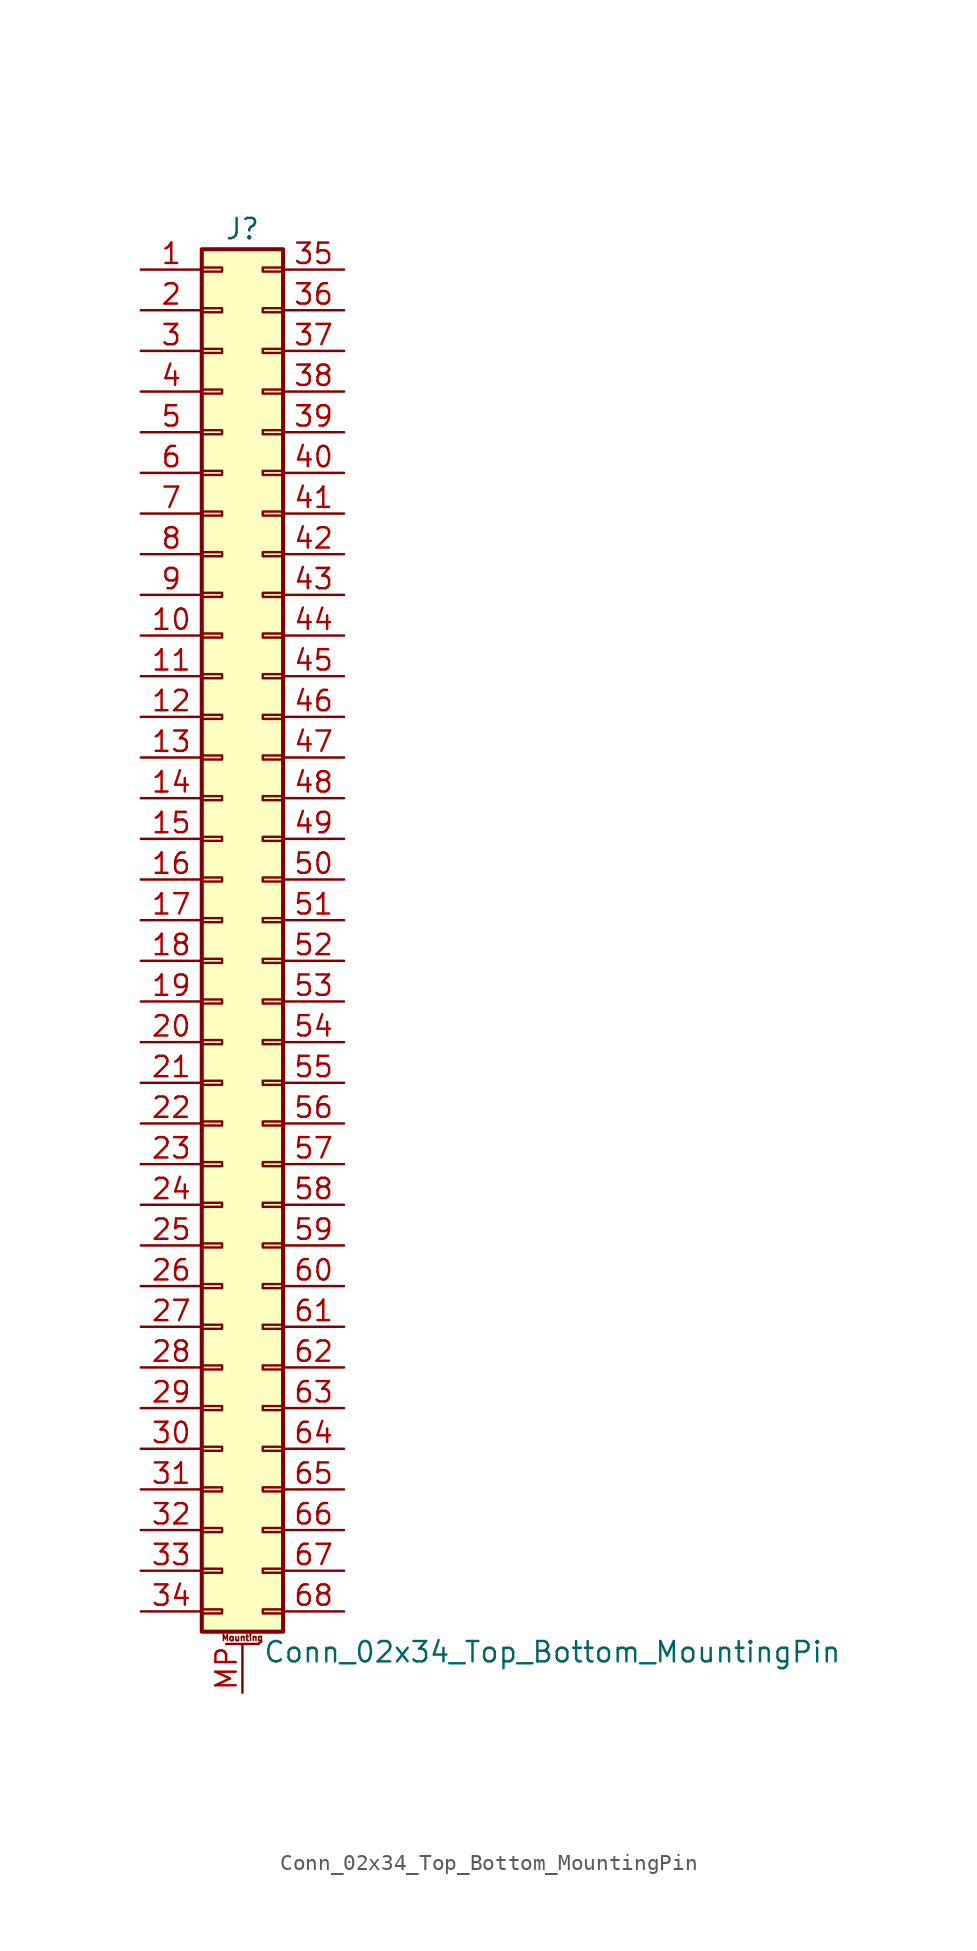
<source format=kicad_sym>
(kicad_symbol_lib
  (version 20201005)
  (generator kicad_symbol_editor)
  (symbol "Conn_02x34_Top_Bottom_MountingPin"
    (pin_names
      (offset 1.016) hide)
    (property "Reference" "J"
      (at 1.27 43.18 0)
      (effects (font (size 1.27 1.27))))
    (property "Value" "Conn_02x34_Top_Bottom_MountingPin"
      (at 2.54 -45.72 0)
      (effects (font (size 1.27 1.27)) (justify left)))
    (symbol "Conn_02x34_Top_Bottom_MountingPin_1_1"
      (text "Mounting" (at 1.27 -44.831 0) (effects (font (size 0.381 0.381))))
      (rectangle (start -1.27 -43.053) (end 0 -43.307) (stroke (width 0.152)) (fill (type none)))
      (rectangle (start -1.27 -40.513) (end 0 -40.767) (stroke (width 0.152)) (fill (type none)))
      (rectangle (start -1.27 -37.973) (end 0 -38.227) (stroke (width 0.152)) (fill (type none)))
      (rectangle (start -1.27 -35.433) (end 0 -35.687) (stroke (width 0.152)) (fill (type none)))
      (rectangle (start -1.27 -32.893) (end 0 -33.147) (stroke (width 0.152)) (fill (type none)))
      (rectangle (start -1.27 -30.353) (end 0 -30.607) (stroke (width 0.152)) (fill (type none)))
      (rectangle (start -1.27 -27.813) (end 0 -28.067) (stroke (width 0.152)) (fill (type none)))
      (rectangle (start -1.27 -25.273) (end 0 -25.527) (stroke (width 0.152)) (fill (type none)))
      (rectangle (start -1.27 -22.733) (end 0 -22.987) (stroke (width 0.152)) (fill (type none)))
      (rectangle (start -1.27 -20.193) (end 0 -20.447) (stroke (width 0.152)) (fill (type none)))
      (rectangle (start -1.27 -17.653) (end 0 -17.907) (stroke (width 0.152)) (fill (type none)))
      (rectangle (start -1.27 -15.113) (end 0 -15.367) (stroke (width 0.152)) (fill (type none)))
      (rectangle (start -1.27 -12.573) (end 0 -12.827) (stroke (width 0.152)) (fill (type none)))
      (rectangle (start -1.27 -10.033) (end 0 -10.287) (stroke (width 0.152)) (fill (type none)))
      (rectangle (start -1.27 -7.493) (end 0 -7.747) (stroke (width 0.152)) (fill (type none)))
      (rectangle (start -1.27 -4.953) (end 0 -5.207) (stroke (width 0.152)) (fill (type none)))
      (rectangle (start -1.27 -2.413) (end 0 -2.667) (stroke (width 0.152)) (fill (type none)))
      (rectangle (start -1.27 0.127) (end 0 -0.127) (stroke (width 0.152)) (fill (type none)))
      (rectangle (start -1.27 2.667) (end 0 2.413) (stroke (width 0.152)) (fill (type none)))
      (rectangle (start -1.27 5.207) (end 0 4.953) (stroke (width 0.152)) (fill (type none)))
      (rectangle (start -1.27 7.747) (end 0 7.493) (stroke (width 0.152)) (fill (type none)))
      (rectangle (start -1.27 10.287) (end 0 10.033) (stroke (width 0.152)) (fill (type none)))
      (rectangle (start -1.27 12.827) (end 0 12.573) (stroke (width 0.152)) (fill (type none)))
      (rectangle (start -1.27 15.367) (end 0 15.113) (stroke (width 0.152)) (fill (type none)))
      (rectangle (start -1.27 17.907) (end 0 17.653) (stroke (width 0.152)) (fill (type none)))
      (rectangle (start -1.27 20.447) (end 0 20.193) (stroke (width 0.152)) (fill (type none)))
      (rectangle (start -1.27 22.987) (end 0 22.733) (stroke (width 0.152)) (fill (type none)))
      (rectangle (start -1.27 25.527) (end 0 25.273) (stroke (width 0.152)) (fill (type none)))
      (rectangle (start -1.27 28.067) (end 0 27.813) (stroke (width 0.152)) (fill (type none)))
      (rectangle (start -1.27 30.607) (end 0 30.353) (stroke (width 0.152)) (fill (type none)))
      (rectangle (start -1.27 33.147) (end 0 32.893) (stroke (width 0.152)) (fill (type none)))
      (rectangle (start -1.27 35.687) (end 0 35.433) (stroke (width 0.152)) (fill (type none)))
      (rectangle (start -1.27 38.227) (end 0 37.973) (stroke (width 0.152)) (fill (type none)))
      (rectangle (start -1.27 40.767) (end 0 40.513) (stroke (width 0.152)) (fill (type none)))
      (rectangle (start 3.81 -43.053) (end 2.54 -43.307) (stroke (width 0.152)) (fill (type none)))
      (rectangle (start 3.81 -40.513) (end 2.54 -40.767) (stroke (width 0.152)) (fill (type none)))
      (rectangle (start 3.81 -37.973) (end 2.54 -38.227) (stroke (width 0.152)) (fill (type none)))
      (rectangle (start 3.81 -35.433) (end 2.54 -35.687) (stroke (width 0.152)) (fill (type none)))
      (rectangle (start 3.81 -32.893) (end 2.54 -33.147) (stroke (width 0.152)) (fill (type none)))
      (rectangle (start 3.81 -30.353) (end 2.54 -30.607) (stroke (width 0.152)) (fill (type none)))
      (rectangle (start 3.81 -27.813) (end 2.54 -28.067) (stroke (width 0.152)) (fill (type none)))
      (rectangle (start 3.81 -25.273) (end 2.54 -25.527) (stroke (width 0.152)) (fill (type none)))
      (rectangle (start 3.81 -22.733) (end 2.54 -22.987) (stroke (width 0.152)) (fill (type none)))
      (rectangle (start 3.81 -20.193) (end 2.54 -20.447) (stroke (width 0.152)) (fill (type none)))
      (rectangle (start 3.81 -17.653) (end 2.54 -17.907) (stroke (width 0.152)) (fill (type none)))
      (rectangle (start 3.81 -15.113) (end 2.54 -15.367) (stroke (width 0.152)) (fill (type none)))
      (rectangle (start 3.81 -12.573) (end 2.54 -12.827) (stroke (width 0.152)) (fill (type none)))
      (rectangle (start 3.81 -10.033) (end 2.54 -10.287) (stroke (width 0.152)) (fill (type none)))
      (rectangle (start 3.81 -7.493) (end 2.54 -7.747) (stroke (width 0.152)) (fill (type none)))
      (rectangle (start 3.81 -4.953) (end 2.54 -5.207) (stroke (width 0.152)) (fill (type none)))
      (rectangle (start 3.81 -2.413) (end 2.54 -2.667) (stroke (width 0.152)) (fill (type none)))
      (rectangle (start 3.81 0.127) (end 2.54 -0.127) (stroke (width 0.152)) (fill (type none)))
      (rectangle (start 3.81 2.667) (end 2.54 2.413) (stroke (width 0.152)) (fill (type none)))
      (rectangle (start 3.81 5.207) (end 2.54 4.953) (stroke (width 0.152)) (fill (type none)))
      (rectangle (start 3.81 7.747) (end 2.54 7.493) (stroke (width 0.152)) (fill (type none)))
      (rectangle (start 3.81 10.287) (end 2.54 10.033) (stroke (width 0.152)) (fill (type none)))
      (rectangle (start 3.81 12.827) (end 2.54 12.573) (stroke (width 0.152)) (fill (type none)))
      (rectangle (start 3.81 15.367) (end 2.54 15.113) (stroke (width 0.152)) (fill (type none)))
      (rectangle (start 3.81 17.907) (end 2.54 17.653) (stroke (width 0.152)) (fill (type none)))
      (rectangle (start 3.81 20.447) (end 2.54 20.193) (stroke (width 0.152)) (fill (type none)))
      (rectangle (start 3.81 22.987) (end 2.54 22.733) (stroke (width 0.152)) (fill (type none)))
      (rectangle (start 3.81 25.527) (end 2.54 25.273) (stroke (width 0.152)) (fill (type none)))
      (rectangle (start 3.81 28.067) (end 2.54 27.813) (stroke (width 0.152)) (fill (type none)))
      (rectangle (start 3.81 30.607) (end 2.54 30.353) (stroke (width 0.152)) (fill (type none)))
      (rectangle (start 3.81 33.147) (end 2.54 32.893) (stroke (width 0.152)) (fill (type none)))
      (rectangle (start 3.81 35.687) (end 2.54 35.433) (stroke (width 0.152)) (fill (type none)))
      (rectangle (start 3.81 38.227) (end 2.54 37.973) (stroke (width 0.152)) (fill (type none)))
      (rectangle (start 3.81 40.767) (end 2.54 40.513) (stroke (width 0.152)) (fill (type none)))
      (rectangle (start -1.27 41.91) (end 3.81 -44.45) (stroke (width 0.254)) (fill (type background)))
      (polyline (pts (xy 0.254 -45.212) (xy 2.286 -45.212)) (stroke (width 0.152)) (fill (type none)))
      (pin passive line (at -5.08 40.64 0) (length 3.81) (name "Pin_1" (effects (font (size 1.27 1.27)))) (number "1" (effects (font (size 1.27 1.27)))))
      (pin passive line (at -5.08 17.78 0) (length 3.81) (name "Pin_10" (effects (font (size 1.27 1.27)))) (number "10" (effects (font (size 1.27 1.27)))))
      (pin passive line (at -5.08 15.24 0) (length 3.81) (name "Pin_11" (effects (font (size 1.27 1.27)))) (number "11" (effects (font (size 1.27 1.27)))))
      (pin passive line (at -5.08 12.7 0) (length 3.81) (name "Pin_12" (effects (font (size 1.27 1.27)))) (number "12" (effects (font (size 1.27 1.27)))))
      (pin passive line (at -5.08 10.16 0) (length 3.81) (name "Pin_13" (effects (font (size 1.27 1.27)))) (number "13" (effects (font (size 1.27 1.27)))))
      (pin passive line (at -5.08 7.62 0) (length 3.81) (name "Pin_14" (effects (font (size 1.27 1.27)))) (number "14" (effects (font (size 1.27 1.27)))))
      (pin passive line (at -5.08 5.08 0) (length 3.81) (name "Pin_15" (effects (font (size 1.27 1.27)))) (number "15" (effects (font (size 1.27 1.27)))))
      (pin passive line (at -5.08 2.54 0) (length 3.81) (name "Pin_16" (effects (font (size 1.27 1.27)))) (number "16" (effects (font (size 1.27 1.27)))))
      (pin passive line (at -5.08 0 0) (length 3.81) (name "Pin_17" (effects (font (size 1.27 1.27)))) (number "17" (effects (font (size 1.27 1.27)))))
      (pin passive line (at -5.08 -2.54 0) (length 3.81) (name "Pin_18" (effects (font (size 1.27 1.27)))) (number "18" (effects (font (size 1.27 1.27)))))
      (pin passive line (at -5.08 -5.08 0) (length 3.81) (name "Pin_19" (effects (font (size 1.27 1.27)))) (number "19" (effects (font (size 1.27 1.27)))))
      (pin passive line (at -5.08 38.1 0) (length 3.81) (name "Pin_2" (effects (font (size 1.27 1.27)))) (number "2" (effects (font (size 1.27 1.27)))))
      (pin passive line (at -5.08 -7.62 0) (length 3.81) (name "Pin_20" (effects (font (size 1.27 1.27)))) (number "20" (effects (font (size 1.27 1.27)))))
      (pin passive line (at -5.08 -10.16 0) (length 3.81) (name "Pin_21" (effects (font (size 1.27 1.27)))) (number "21" (effects (font (size 1.27 1.27)))))
      (pin passive line (at -5.08 -12.7 0) (length 3.81) (name "Pin_22" (effects (font (size 1.27 1.27)))) (number "22" (effects (font (size 1.27 1.27)))))
      (pin passive line (at -5.08 -15.24 0) (length 3.81) (name "Pin_23" (effects (font (size 1.27 1.27)))) (number "23" (effects (font (size 1.27 1.27)))))
      (pin passive line (at -5.08 -17.78 0) (length 3.81) (name "Pin_24" (effects (font (size 1.27 1.27)))) (number "24" (effects (font (size 1.27 1.27)))))
      (pin passive line (at -5.08 -20.32 0) (length 3.81) (name "Pin_25" (effects (font (size 1.27 1.27)))) (number "25" (effects (font (size 1.27 1.27)))))
      (pin passive line (at -5.08 -22.86 0) (length 3.81) (name "Pin_26" (effects (font (size 1.27 1.27)))) (number "26" (effects (font (size 1.27 1.27)))))
      (pin passive line (at -5.08 -25.4 0) (length 3.81) (name "Pin_27" (effects (font (size 1.27 1.27)))) (number "27" (effects (font (size 1.27 1.27)))))
      (pin passive line (at -5.08 -27.94 0) (length 3.81) (name "Pin_28" (effects (font (size 1.27 1.27)))) (number "28" (effects (font (size 1.27 1.27)))))
      (pin passive line (at -5.08 -30.48 0) (length 3.81) (name "Pin_29" (effects (font (size 1.27 1.27)))) (number "29" (effects (font (size 1.27 1.27)))))
      (pin passive line (at -5.08 35.56 0) (length 3.81) (name "Pin_3" (effects (font (size 1.27 1.27)))) (number "3" (effects (font (size 1.27 1.27)))))
      (pin passive line (at -5.08 -33.02 0) (length 3.81) (name "Pin_30" (effects (font (size 1.27 1.27)))) (number "30" (effects (font (size 1.27 1.27)))))
      (pin passive line (at -5.08 -35.56 0) (length 3.81) (name "Pin_31" (effects (font (size 1.27 1.27)))) (number "31" (effects (font (size 1.27 1.27)))))
      (pin passive line (at -5.08 -38.1 0) (length 3.81) (name "Pin_32" (effects (font (size 1.27 1.27)))) (number "32" (effects (font (size 1.27 1.27)))))
      (pin passive line (at -5.08 -40.64 0) (length 3.81) (name "Pin_33" (effects (font (size 1.27 1.27)))) (number "33" (effects (font (size 1.27 1.27)))))
      (pin passive line (at -5.08 -43.18 0) (length 3.81) (name "Pin_34" (effects (font (size 1.27 1.27)))) (number "34" (effects (font (size 1.27 1.27)))))
      (pin passive line (at 7.62 40.64 180) (length 3.81) (name "Pin_35" (effects (font (size 1.27 1.27)))) (number "35" (effects (font (size 1.27 1.27)))))
      (pin passive line (at 7.62 38.1 180) (length 3.81) (name "Pin_36" (effects (font (size 1.27 1.27)))) (number "36" (effects (font (size 1.27 1.27)))))
      (pin passive line (at 7.62 35.56 180) (length 3.81) (name "Pin_37" (effects (font (size 1.27 1.27)))) (number "37" (effects (font (size 1.27 1.27)))))
      (pin passive line (at 7.62 33.02 180) (length 3.81) (name "Pin_38" (effects (font (size 1.27 1.27)))) (number "38" (effects (font (size 1.27 1.27)))))
      (pin passive line (at 7.62 30.48 180) (length 3.81) (name "Pin_39" (effects (font (size 1.27 1.27)))) (number "39" (effects (font (size 1.27 1.27)))))
      (pin passive line (at -5.08 33.02 0) (length 3.81) (name "Pin_4" (effects (font (size 1.27 1.27)))) (number "4" (effects (font (size 1.27 1.27)))))
      (pin passive line (at 7.62 27.94 180) (length 3.81) (name "Pin_40" (effects (font (size 1.27 1.27)))) (number "40" (effects (font (size 1.27 1.27)))))
      (pin passive line (at 7.62 25.4 180) (length 3.81) (name "Pin_41" (effects (font (size 1.27 1.27)))) (number "41" (effects (font (size 1.27 1.27)))))
      (pin passive line (at 7.62 22.86 180) (length 3.81) (name "Pin_42" (effects (font (size 1.27 1.27)))) (number "42" (effects (font (size 1.27 1.27)))))
      (pin passive line (at 7.62 20.32 180) (length 3.81) (name "Pin_43" (effects (font (size 1.27 1.27)))) (number "43" (effects (font (size 1.27 1.27)))))
      (pin passive line (at 7.62 17.78 180) (length 3.81) (name "Pin_44" (effects (font (size 1.27 1.27)))) (number "44" (effects (font (size 1.27 1.27)))))
      (pin passive line (at 7.62 15.24 180) (length 3.81) (name "Pin_45" (effects (font (size 1.27 1.27)))) (number "45" (effects (font (size 1.27 1.27)))))
      (pin passive line (at 7.62 12.7 180) (length 3.81) (name "Pin_46" (effects (font (size 1.27 1.27)))) (number "46" (effects (font (size 1.27 1.27)))))
      (pin passive line (at 7.62 10.16 180) (length 3.81) (name "Pin_47" (effects (font (size 1.27 1.27)))) (number "47" (effects (font (size 1.27 1.27)))))
      (pin passive line (at 7.62 7.62 180) (length 3.81) (name "Pin_48" (effects (font (size 1.27 1.27)))) (number "48" (effects (font (size 1.27 1.27)))))
      (pin passive line (at 7.62 5.08 180) (length 3.81) (name "Pin_49" (effects (font (size 1.27 1.27)))) (number "49" (effects (font (size 1.27 1.27)))))
      (pin passive line (at -5.08 30.48 0) (length 3.81) (name "Pin_5" (effects (font (size 1.27 1.27)))) (number "5" (effects (font (size 1.27 1.27)))))
      (pin passive line (at 7.62 2.54 180) (length 3.81) (name "Pin_50" (effects (font (size 1.27 1.27)))) (number "50" (effects (font (size 1.27 1.27)))))
      (pin passive line (at 7.62 0 180) (length 3.81) (name "Pin_51" (effects (font (size 1.27 1.27)))) (number "51" (effects (font (size 1.27 1.27)))))
      (pin passive line (at 7.62 -2.54 180) (length 3.81) (name "Pin_52" (effects (font (size 1.27 1.27)))) (number "52" (effects (font (size 1.27 1.27)))))
      (pin passive line (at 7.62 -5.08 180) (length 3.81) (name "Pin_53" (effects (font (size 1.27 1.27)))) (number "53" (effects (font (size 1.27 1.27)))))
      (pin passive line (at 7.62 -7.62 180) (length 3.81) (name "Pin_54" (effects (font (size 1.27 1.27)))) (number "54" (effects (font (size 1.27 1.27)))))
      (pin passive line (at 7.62 -10.16 180) (length 3.81) (name "Pin_55" (effects (font (size 1.27 1.27)))) (number "55" (effects (font (size 1.27 1.27)))))
      (pin passive line (at 7.62 -12.7 180) (length 3.81) (name "Pin_56" (effects (font (size 1.27 1.27)))) (number "56" (effects (font (size 1.27 1.27)))))
      (pin passive line (at 7.62 -15.24 180) (length 3.81) (name "Pin_57" (effects (font (size 1.27 1.27)))) (number "57" (effects (font (size 1.27 1.27)))))
      (pin passive line (at 7.62 -17.78 180) (length 3.81) (name "Pin_58" (effects (font (size 1.27 1.27)))) (number "58" (effects (font (size 1.27 1.27)))))
      (pin passive line (at 7.62 -20.32 180) (length 3.81) (name "Pin_59" (effects (font (size 1.27 1.27)))) (number "59" (effects (font (size 1.27 1.27)))))
      (pin passive line (at -5.08 27.94 0) (length 3.81) (name "Pin_6" (effects (font (size 1.27 1.27)))) (number "6" (effects (font (size 1.27 1.27)))))
      (pin passive line (at 7.62 -22.86 180) (length 3.81) (name "Pin_60" (effects (font (size 1.27 1.27)))) (number "60" (effects (font (size 1.27 1.27)))))
      (pin passive line (at 7.62 -25.4 180) (length 3.81) (name "Pin_61" (effects (font (size 1.27 1.27)))) (number "61" (effects (font (size 1.27 1.27)))))
      (pin passive line (at 7.62 -27.94 180) (length 3.81) (name "Pin_62" (effects (font (size 1.27 1.27)))) (number "62" (effects (font (size 1.27 1.27)))))
      (pin passive line (at 7.62 -30.48 180) (length 3.81) (name "Pin_63" (effects (font (size 1.27 1.27)))) (number "63" (effects (font (size 1.27 1.27)))))
      (pin passive line (at 7.62 -33.02 180) (length 3.81) (name "Pin_64" (effects (font (size 1.27 1.27)))) (number "64" (effects (font (size 1.27 1.27)))))
      (pin passive line (at 7.62 -35.56 180) (length 3.81) (name "Pin_65" (effects (font (size 1.27 1.27)))) (number "65" (effects (font (size 1.27 1.27)))))
      (pin passive line (at 7.62 -38.1 180) (length 3.81) (name "Pin_66" (effects (font (size 1.27 1.27)))) (number "66" (effects (font (size 1.27 1.27)))))
      (pin passive line (at 7.62 -40.64 180) (length 3.81) (name "Pin_67" (effects (font (size 1.27 1.27)))) (number "67" (effects (font (size 1.27 1.27)))))
      (pin passive line (at 7.62 -43.18 180) (length 3.81) (name "Pin_68" (effects (font (size 1.27 1.27)))) (number "68" (effects (font (size 1.27 1.27)))))
      (pin passive line (at -5.08 25.4 0) (length 3.81) (name "Pin_7" (effects (font (size 1.27 1.27)))) (number "7" (effects (font (size 1.27 1.27)))))
      (pin passive line (at -5.08 22.86 0) (length 3.81) (name "Pin_8" (effects (font (size 1.27 1.27)))) (number "8" (effects (font (size 1.27 1.27)))))
      (pin passive line (at -5.08 20.32 0) (length 3.81) (name "Pin_9" (effects (font (size 1.27 1.27)))) (number "9" (effects (font (size 1.27 1.27)))))
      (pin passive line (at 1.27 -48.26 90) (length 3.048) (name "MountPin" (effects (font (size 1.27 1.27)))) (number "MP" (effects (font (size 1.27 1.27))))))))
</source>
